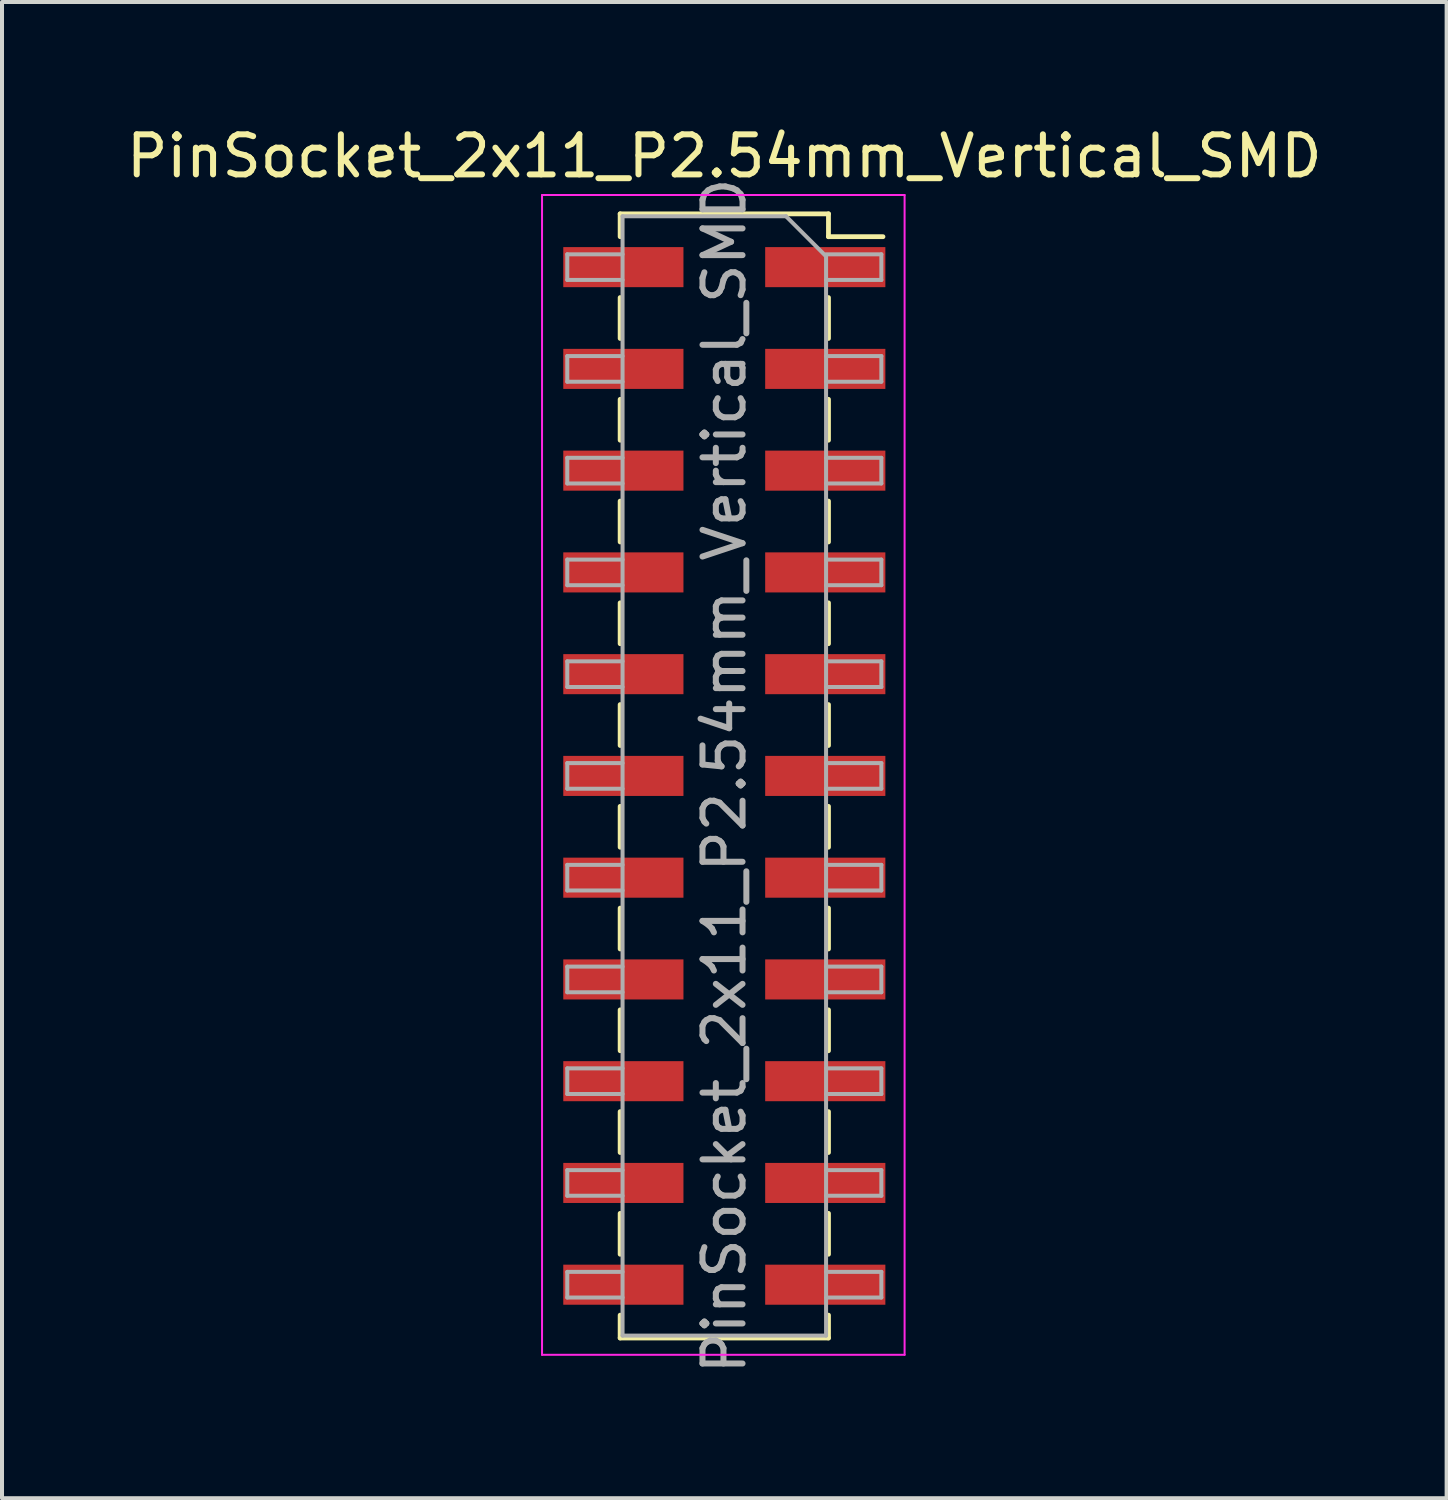
<source format=kicad_pcb>
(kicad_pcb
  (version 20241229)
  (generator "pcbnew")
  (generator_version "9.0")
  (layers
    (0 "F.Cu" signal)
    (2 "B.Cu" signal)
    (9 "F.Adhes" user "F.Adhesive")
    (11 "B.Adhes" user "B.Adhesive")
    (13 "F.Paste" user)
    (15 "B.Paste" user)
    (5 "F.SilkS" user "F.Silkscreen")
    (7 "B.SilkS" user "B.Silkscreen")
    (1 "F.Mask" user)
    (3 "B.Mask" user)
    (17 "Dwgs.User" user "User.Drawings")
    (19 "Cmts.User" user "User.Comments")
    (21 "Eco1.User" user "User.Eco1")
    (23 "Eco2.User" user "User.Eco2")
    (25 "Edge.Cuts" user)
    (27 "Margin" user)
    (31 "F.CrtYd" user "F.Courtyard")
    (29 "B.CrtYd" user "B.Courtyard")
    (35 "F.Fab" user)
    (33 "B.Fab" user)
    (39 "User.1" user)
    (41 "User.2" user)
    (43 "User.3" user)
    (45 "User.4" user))
  (footprint "PinSocket_2x11_P2.54mm_Vertical_SMD"
    (layer "F.Cu")
    (at 15.03 16.318)
    (property "Reference" "PinSocket_2x11_P2.54mm_Vertical_SMD" (at 0 -15.47 0) (layer "F.SilkS") (effects (font (size 1 1) (thickness 0.15))))
    (attr smd)
    (fp_line (start -2.6 -14.03) (end -2.6 -13.46) (stroke (width 0.12) (type solid)) (layer "F.SilkS"))
    (fp_line (start -2.6 -14.03) (end 2.6 -14.03) (stroke (width 0.12) (type solid)) (layer "F.SilkS"))
    (fp_line (start -2.6 -11.94) (end -2.6 -10.92) (stroke (width 0.12) (type solid)) (layer "F.SilkS"))
    (fp_line (start -2.6 -9.4) (end -2.6 -8.38) (stroke (width 0.12) (type solid)) (layer "F.SilkS"))
    (fp_line (start -2.6 -6.86) (end -2.6 -5.84) (stroke (width 0.12) (type solid)) (layer "F.SilkS"))
    (fp_line (start -2.6 -4.32) (end -2.6 -3.3) (stroke (width 0.12) (type solid)) (layer "F.SilkS"))
    (fp_line (start -2.6 -1.78) (end -2.6 -0.76) (stroke (width 0.12) (type solid)) (layer "F.SilkS"))
    (fp_line (start -2.6 0.76) (end -2.6 1.78) (stroke (width 0.12) (type solid)) (layer "F.SilkS"))
    (fp_line (start -2.6 3.3) (end -2.6 4.32) (stroke (width 0.12) (type solid)) (layer "F.SilkS"))
    (fp_line (start -2.6 5.84) (end -2.6 6.86) (stroke (width 0.12) (type solid)) (layer "F.SilkS"))
    (fp_line (start -2.6 8.38) (end -2.6 9.4) (stroke (width 0.12) (type solid)) (layer "F.SilkS"))
    (fp_line (start -2.6 10.92) (end -2.6 11.94) (stroke (width 0.12) (type solid)) (layer "F.SilkS"))
    (fp_line (start -2.6 13.46) (end -2.6 14.03) (stroke (width 0.12) (type solid)) (layer "F.SilkS"))
    (fp_line (start -2.6 14.03) (end 2.6 14.03) (stroke (width 0.12) (type solid)) (layer "F.SilkS"))
    (fp_line (start 2.6 -14.03) (end 2.6 -13.46) (stroke (width 0.12) (type solid)) (layer "F.SilkS"))
    (fp_line (start 2.6 -13.46) (end 3.96 -13.46) (stroke (width 0.12) (type solid)) (layer "F.SilkS"))
    (fp_line (start 2.6 -11.94) (end 2.6 -10.92) (stroke (width 0.12) (type solid)) (layer "F.SilkS"))
    (fp_line (start 2.6 -9.4) (end 2.6 -8.38) (stroke (width 0.12) (type solid)) (layer "F.SilkS"))
    (fp_line (start 2.6 -6.86) (end 2.6 -5.84) (stroke (width 0.12) (type solid)) (layer "F.SilkS"))
    (fp_line (start 2.6 -4.32) (end 2.6 -3.3) (stroke (width 0.12) (type solid)) (layer "F.SilkS"))
    (fp_line (start 2.6 -1.78) (end 2.6 -0.76) (stroke (width 0.12) (type solid)) (layer "F.SilkS"))
    (fp_line (start 2.6 0.76) (end 2.6 1.78) (stroke (width 0.12) (type solid)) (layer "F.SilkS"))
    (fp_line (start 2.6 3.3) (end 2.6 4.32) (stroke (width 0.12) (type solid)) (layer "F.SilkS"))
    (fp_line (start 2.6 5.84) (end 2.6 6.86) (stroke (width 0.12) (type solid)) (layer "F.SilkS"))
    (fp_line (start 2.6 8.38) (end 2.6 9.4) (stroke (width 0.12) (type solid)) (layer "F.SilkS"))
    (fp_line (start 2.6 10.92) (end 2.6 11.94) (stroke (width 0.12) (type solid)) (layer "F.SilkS"))
    (fp_line (start 2.6 13.46) (end 2.6 14.03) (stroke (width 0.12) (type solid)) (layer "F.SilkS"))
    (fp_line (start -4.55 -14.5) (end 4.5 -14.5) (stroke (width 0.05) (type solid)) (layer "F.CrtYd"))
    (fp_line (start -4.55 14.45) (end -4.55 -14.5) (stroke (width 0.05) (type solid)) (layer "F.CrtYd"))
    (fp_line (start 4.5 -14.5) (end 4.5 14.45) (stroke (width 0.05) (type solid)) (layer "F.CrtYd"))
    (fp_line (start 4.5 14.45) (end -4.55 14.45) (stroke (width 0.05) (type solid)) (layer "F.CrtYd"))
    (fp_line (start -3.92 -13.02) (end -2.54 -13.02) (stroke (width 0.1) (type solid)) (layer "F.Fab"))
    (fp_line (start -3.92 -12.38) (end -3.92 -13.02) (stroke (width 0.1) (type solid)) (layer "F.Fab"))
    (fp_line (start -3.92 -10.48) (end -2.54 -10.48) (stroke (width 0.1) (type solid)) (layer "F.Fab"))
    (fp_line (start -3.92 -9.84) (end -3.92 -10.48) (stroke (width 0.1) (type solid)) (layer "F.Fab"))
    (fp_line (start -3.92 -7.94) (end -2.54 -7.94) (stroke (width 0.1) (type solid)) (layer "F.Fab"))
    (fp_line (start -3.92 -7.3) (end -3.92 -7.94) (stroke (width 0.1) (type solid)) (layer "F.Fab"))
    (fp_line (start -3.92 -5.4) (end -2.54 -5.4) (stroke (width 0.1) (type solid)) (layer "F.Fab"))
    (fp_line (start -3.92 -4.76) (end -3.92 -5.4) (stroke (width 0.1) (type solid)) (layer "F.Fab"))
    (fp_line (start -3.92 -2.86) (end -2.54 -2.86) (stroke (width 0.1) (type solid)) (layer "F.Fab"))
    (fp_line (start -3.92 -2.22) (end -3.92 -2.86) (stroke (width 0.1) (type solid)) (layer "F.Fab"))
    (fp_line (start -3.92 -0.32) (end -2.54 -0.32) (stroke (width 0.1) (type solid)) (layer "F.Fab"))
    (fp_line (start -3.92 0.32) (end -3.92 -0.32) (stroke (width 0.1) (type solid)) (layer "F.Fab"))
    (fp_line (start -3.92 2.22) (end -2.54 2.22) (stroke (width 0.1) (type solid)) (layer "F.Fab"))
    (fp_line (start -3.92 2.86) (end -3.92 2.22) (stroke (width 0.1) (type solid)) (layer "F.Fab"))
    (fp_line (start -3.92 4.76) (end -2.54 4.76) (stroke (width 0.1) (type solid)) (layer "F.Fab"))
    (fp_line (start -3.92 5.4) (end -3.92 4.76) (stroke (width 0.1) (type solid)) (layer "F.Fab"))
    (fp_line (start -3.92 7.3) (end -2.54 7.3) (stroke (width 0.1) (type solid)) (layer "F.Fab"))
    (fp_line (start -3.92 7.94) (end -3.92 7.3) (stroke (width 0.1) (type solid)) (layer "F.Fab"))
    (fp_line (start -3.92 9.84) (end -2.54 9.84) (stroke (width 0.1) (type solid)) (layer "F.Fab"))
    (fp_line (start -3.92 10.48) (end -3.92 9.84) (stroke (width 0.1) (type solid)) (layer "F.Fab"))
    (fp_line (start -3.92 12.38) (end -2.54 12.38) (stroke (width 0.1) (type solid)) (layer "F.Fab"))
    (fp_line (start -3.92 13.02) (end -3.92 12.38) (stroke (width 0.1) (type solid)) (layer "F.Fab"))
    (fp_line (start -2.54 -13.97) (end 1.54 -13.97) (stroke (width 0.1) (type solid)) (layer "F.Fab"))
    (fp_line (start -2.54 -12.38) (end -3.92 -12.38) (stroke (width 0.1) (type solid)) (layer "F.Fab"))
    (fp_line (start -2.54 -9.84) (end -3.92 -9.84) (stroke (width 0.1) (type solid)) (layer "F.Fab"))
    (fp_line (start -2.54 -7.3) (end -3.92 -7.3) (stroke (width 0.1) (type solid)) (layer "F.Fab"))
    (fp_line (start -2.54 -4.76) (end -3.92 -4.76) (stroke (width 0.1) (type solid)) (layer "F.Fab"))
    (fp_line (start -2.54 -2.22) (end -3.92 -2.22) (stroke (width 0.1) (type solid)) (layer "F.Fab"))
    (fp_line (start -2.54 0.32) (end -3.92 0.32) (stroke (width 0.1) (type solid)) (layer "F.Fab"))
    (fp_line (start -2.54 2.86) (end -3.92 2.86) (stroke (width 0.1) (type solid)) (layer "F.Fab"))
    (fp_line (start -2.54 5.4) (end -3.92 5.4) (stroke (width 0.1) (type solid)) (layer "F.Fab"))
    (fp_line (start -2.54 7.94) (end -3.92 7.94) (stroke (width 0.1) (type solid)) (layer "F.Fab"))
    (fp_line (start -2.54 10.48) (end -3.92 10.48) (stroke (width 0.1) (type solid)) (layer "F.Fab"))
    (fp_line (start -2.54 13.02) (end -3.92 13.02) (stroke (width 0.1) (type solid)) (layer "F.Fab"))
    (fp_line (start -2.54 13.97) (end -2.54 -13.97) (stroke (width 0.1) (type solid)) (layer "F.Fab"))
    (fp_line (start 1.54 -13.97) (end 2.54 -12.97) (stroke (width 0.1) (type solid)) (layer "F.Fab"))
    (fp_line (start 2.54 -13.02) (end 3.92 -13.02) (stroke (width 0.1) (type solid)) (layer "F.Fab"))
    (fp_line (start 2.54 -12.97) (end 2.54 13.97) (stroke (width 0.1) (type solid)) (layer "F.Fab"))
    (fp_line (start 2.54 -10.48) (end 3.92 -10.48) (stroke (width 0.1) (type solid)) (layer "F.Fab"))
    (fp_line (start 2.54 -7.94) (end 3.92 -7.94) (stroke (width 0.1) (type solid)) (layer "F.Fab"))
    (fp_line (start 2.54 -5.4) (end 3.92 -5.4) (stroke (width 0.1) (type solid)) (layer "F.Fab"))
    (fp_line (start 2.54 -2.86) (end 3.92 -2.86) (stroke (width 0.1) (type solid)) (layer "F.Fab"))
    (fp_line (start 2.54 -0.32) (end 3.92 -0.32) (stroke (width 0.1) (type solid)) (layer "F.Fab"))
    (fp_line (start 2.54 2.22) (end 3.92 2.22) (stroke (width 0.1) (type solid)) (layer "F.Fab"))
    (fp_line (start 2.54 4.76) (end 3.92 4.76) (stroke (width 0.1) (type solid)) (layer "F.Fab"))
    (fp_line (start 2.54 7.3) (end 3.92 7.3) (stroke (width 0.1) (type solid)) (layer "F.Fab"))
    (fp_line (start 2.54 9.84) (end 3.92 9.84) (stroke (width 0.1) (type solid)) (layer "F.Fab"))
    (fp_line (start 2.54 12.38) (end 3.92 12.38) (stroke (width 0.1) (type solid)) (layer "F.Fab"))
    (fp_line (start 2.54 13.97) (end -2.54 13.97) (stroke (width 0.1) (type solid)) (layer "F.Fab"))
    (fp_line (start 3.92 -13.02) (end 3.92 -12.38) (stroke (width 0.1) (type solid)) (layer "F.Fab"))
    (fp_line (start 3.92 -12.38) (end 2.54 -12.38) (stroke (width 0.1) (type solid)) (layer "F.Fab"))
    (fp_line (start 3.92 -10.48) (end 3.92 -9.84) (stroke (width 0.1) (type solid)) (layer "F.Fab"))
    (fp_line (start 3.92 -9.84) (end 2.54 -9.84) (stroke (width 0.1) (type solid)) (layer "F.Fab"))
    (fp_line (start 3.92 -7.94) (end 3.92 -7.3) (stroke (width 0.1) (type solid)) (layer "F.Fab"))
    (fp_line (start 3.92 -7.3) (end 2.54 -7.3) (stroke (width 0.1) (type solid)) (layer "F.Fab"))
    (fp_line (start 3.92 -5.4) (end 3.92 -4.76) (stroke (width 0.1) (type solid)) (layer "F.Fab"))
    (fp_line (start 3.92 -4.76) (end 2.54 -4.76) (stroke (width 0.1) (type solid)) (layer "F.Fab"))
    (fp_line (start 3.92 -2.86) (end 3.92 -2.22) (stroke (width 0.1) (type solid)) (layer "F.Fab"))
    (fp_line (start 3.92 -2.22) (end 2.54 -2.22) (stroke (width 0.1) (type solid)) (layer "F.Fab"))
    (fp_line (start 3.92 -0.32) (end 3.92 0.32) (stroke (width 0.1) (type solid)) (layer "F.Fab"))
    (fp_line (start 3.92 0.32) (end 2.54 0.32) (stroke (width 0.1) (type solid)) (layer "F.Fab"))
    (fp_line (start 3.92 2.22) (end 3.92 2.86) (stroke (width 0.1) (type solid)) (layer "F.Fab"))
    (fp_line (start 3.92 2.86) (end 2.54 2.86) (stroke (width 0.1) (type solid)) (layer "F.Fab"))
    (fp_line (start 3.92 4.76) (end 3.92 5.4) (stroke (width 0.1) (type solid)) (layer "F.Fab"))
    (fp_line (start 3.92 5.4) (end 2.54 5.4) (stroke (width 0.1) (type solid)) (layer "F.Fab"))
    (fp_line (start 3.92 7.3) (end 3.92 7.94) (stroke (width 0.1) (type solid)) (layer "F.Fab"))
    (fp_line (start 3.92 7.94) (end 2.54 7.94) (stroke (width 0.1) (type solid)) (layer "F.Fab"))
    (fp_line (start 3.92 9.84) (end 3.92 10.48) (stroke (width 0.1) (type solid)) (layer "F.Fab"))
    (fp_line (start 3.92 10.48) (end 2.54 10.48) (stroke (width 0.1) (type solid)) (layer "F.Fab"))
    (fp_line (start 3.92 12.38) (end 3.92 13.02) (stroke (width 0.1) (type solid)) (layer "F.Fab"))
    (fp_line (start 3.92 13.02) (end 2.54 13.02) (stroke (width 0.1) (type solid)) (layer "F.Fab"))
    (fp_text user "${REFERENCE}" (at 0 0 90) (layer "F.Fab") (effects (font (size 1 1) (thickness 0.15))))
    (pad "1" smd rect (at 2.52 -12.7) (size 3 1) (layers "F.Cu" "F.Mask" "F.Paste"))
    (pad "2" smd rect (at -2.52 -12.7) (size 3 1) (layers "F.Cu" "F.Mask" "F.Paste"))
    (pad "3" smd rect (at 2.52 -10.16) (size 3 1) (layers "F.Cu" "F.Mask" "F.Paste"))
    (pad "4" smd rect (at -2.52 -10.16) (size 3 1) (layers "F.Cu" "F.Mask" "F.Paste"))
    (pad "5" smd rect (at 2.52 -7.62) (size 3 1) (layers "F.Cu" "F.Mask" "F.Paste"))
    (pad "6" smd rect (at -2.52 -7.62) (size 3 1) (layers "F.Cu" "F.Mask" "F.Paste"))
    (pad "7" smd rect (at 2.52 -5.08) (size 3 1) (layers "F.Cu" "F.Mask" "F.Paste"))
    (pad "8" smd rect (at -2.52 -5.08) (size 3 1) (layers "F.Cu" "F.Mask" "F.Paste"))
    (pad "9" smd rect (at 2.52 -2.54) (size 3 1) (layers "F.Cu" "F.Mask" "F.Paste"))
    (pad "10" smd rect (at -2.52 -2.54) (size 3 1) (layers "F.Cu" "F.Mask" "F.Paste"))
    (pad "11" smd rect (at 2.52 0) (size 3 1) (layers "F.Cu" "F.Mask" "F.Paste"))
    (pad "12" smd rect (at -2.52 0) (size 3 1) (layers "F.Cu" "F.Mask" "F.Paste"))
    (pad "13" smd rect (at 2.52 2.54) (size 3 1) (layers "F.Cu" "F.Mask" "F.Paste"))
    (pad "14" smd rect (at -2.52 2.54) (size 3 1) (layers "F.Cu" "F.Mask" "F.Paste"))
    (pad "15" smd rect (at 2.52 5.08) (size 3 1) (layers "F.Cu" "F.Mask" "F.Paste"))
    (pad "16" smd rect (at -2.52 5.08) (size 3 1) (layers "F.Cu" "F.Mask" "F.Paste"))
    (pad "17" smd rect (at 2.52 7.62) (size 3 1) (layers "F.Cu" "F.Mask" "F.Paste"))
    (pad "18" smd rect (at -2.52 7.62) (size 3 1) (layers "F.Cu" "F.Mask" "F.Paste"))
    (pad "19" smd rect (at 2.52 10.16) (size 3 1) (layers "F.Cu" "F.Mask" "F.Paste"))
    (pad "20" smd rect (at -2.52 10.16) (size 3 1) (layers "F.Cu" "F.Mask" "F.Paste"))
    (pad "21" smd rect (at 2.52 12.7) (size 3 1) (layers "F.Cu" "F.Mask" "F.Paste"))
    (pad "22" smd rect (at -2.52 12.7) (size 3 1) (layers "F.Cu" "F.Mask" "F.Paste")))
  (gr_rect
    (start -3 -3)
    (end 33.06 34.348)
    (stroke (width 0.1) (type default))
    (fill no)
    (layer "Edge.Cuts")))
</source>
